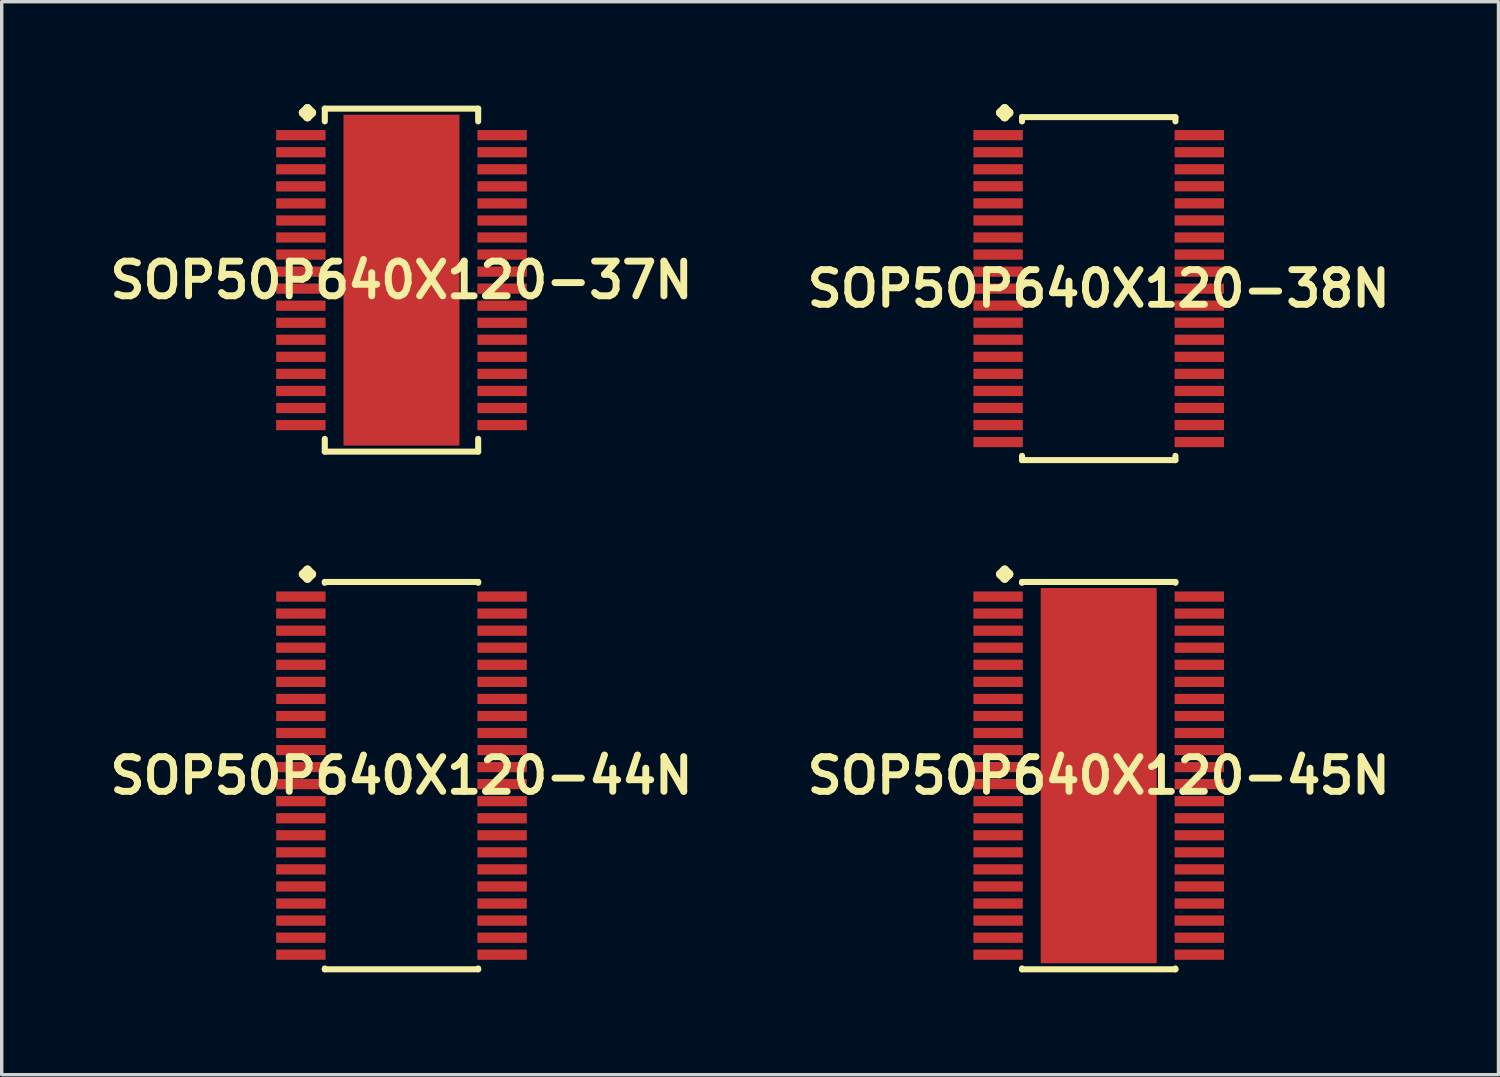
<source format=kicad_pcb>
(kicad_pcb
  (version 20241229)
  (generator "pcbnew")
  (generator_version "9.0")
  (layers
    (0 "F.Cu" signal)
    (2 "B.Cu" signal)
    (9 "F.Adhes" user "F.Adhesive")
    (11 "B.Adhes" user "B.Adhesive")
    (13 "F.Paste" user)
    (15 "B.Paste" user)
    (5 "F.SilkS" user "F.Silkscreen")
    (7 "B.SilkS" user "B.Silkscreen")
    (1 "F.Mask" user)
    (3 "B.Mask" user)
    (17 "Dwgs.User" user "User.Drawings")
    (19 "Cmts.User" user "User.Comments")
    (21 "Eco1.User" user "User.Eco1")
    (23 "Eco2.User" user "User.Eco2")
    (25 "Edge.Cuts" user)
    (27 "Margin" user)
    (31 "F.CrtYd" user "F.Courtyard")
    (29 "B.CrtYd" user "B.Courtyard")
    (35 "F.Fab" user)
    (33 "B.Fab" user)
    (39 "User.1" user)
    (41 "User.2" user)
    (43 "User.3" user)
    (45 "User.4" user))
  (footprint "SOP50P640X120-45N"
    (layer "F.Cu")
    (at 29.155 19.685)
    (property "Reference" "SOP50P640X120-45N" (at 0 0 0) (layer "F.SilkS") (effects (font (size 1.016 1.016) (thickness 0.203))))
    (attr smd)
    (fp_line (start -2.883 -5.905) (end -2.756 -6.032) (stroke (width 0.254) (type solid)) (layer "F.SilkS"))
    (fp_line (start -2.756 -6.032) (end -2.629 -5.905) (stroke (width 0.254) (type solid)) (layer "F.SilkS"))
    (fp_line (start -2.756 -5.779) (end -2.883 -5.905) (stroke (width 0.254) (type solid)) (layer "F.SilkS"))
    (fp_line (start -2.629 -5.905) (end -2.756 -5.779) (stroke (width 0.254) (type solid)) (layer "F.SilkS"))
    (fp_line (start -2.248 -5.677) (end 2.248 -5.677) (stroke (width 0.178) (type solid)) (layer "F.SilkS"))
    (fp_line (start -2.248 -5.652) (end -2.248 -5.677) (stroke (width 0.178) (type solid)) (layer "F.SilkS"))
    (fp_line (start -2.248 5.652) (end -2.248 5.677) (stroke (width 0.178) (type solid)) (layer "F.SilkS"))
    (fp_line (start -2.248 5.677) (end 2.248 5.677) (stroke (width 0.178) (type solid)) (layer "F.SilkS"))
    (fp_line (start 2.248 -5.677) (end 2.248 -5.652) (stroke (width 0.178) (type solid)) (layer "F.SilkS"))
    (fp_line (start 2.248 5.677) (end 2.248 5.652) (stroke (width 0.178) (type solid)) (layer "F.SilkS"))
    (pad "1" smd rect (at -2.949 -5.248) (size 1.448 0.3) (layers "F.Cu" "F.Mask" "F.Paste"))
    (pad "2" smd rect (at -2.949 -4.75) (size 1.448 0.3) (layers "F.Cu" "F.Mask" "F.Paste"))
    (pad "3" smd rect (at -2.949 -4.249) (size 1.448 0.3) (layers "F.Cu" "F.Mask" "F.Paste"))
    (pad "4" smd rect (at -2.949 -3.749) (size 1.448 0.3) (layers "F.Cu" "F.Mask" "F.Paste"))
    (pad "5" smd rect (at -2.949 -3.249) (size 1.448 0.3) (layers "F.Cu" "F.Mask" "F.Paste"))
    (pad "6" smd rect (at -2.949 -2.748) (size 1.448 0.3) (layers "F.Cu" "F.Mask" "F.Paste"))
    (pad "7" smd rect (at -2.949 -2.248) (size 1.448 0.3) (layers "F.Cu" "F.Mask" "F.Paste"))
    (pad "8" smd rect (at -2.949 -1.748) (size 1.448 0.3) (layers "F.Cu" "F.Mask" "F.Paste"))
    (pad "9" smd rect (at -2.949 -1.25) (size 1.448 0.3) (layers "F.Cu" "F.Mask" "F.Paste"))
    (pad "10" smd rect (at -2.949 -0.749) (size 1.448 0.3) (layers "F.Cu" "F.Mask" "F.Paste"))
    (pad "11" smd rect (at -2.949 -0.249) (size 1.448 0.3) (layers "F.Cu" "F.Mask" "F.Paste"))
    (pad "12" smd rect (at -2.949 0.249) (size 1.448 0.3) (layers "F.Cu" "F.Mask" "F.Paste"))
    (pad "13" smd rect (at -2.949 0.749) (size 1.448 0.3) (layers "F.Cu" "F.Mask" "F.Paste"))
    (pad "14" smd rect (at -2.949 1.25) (size 1.448 0.3) (layers "F.Cu" "F.Mask" "F.Paste"))
    (pad "15" smd rect (at -2.949 1.748) (size 1.448 0.3) (layers "F.Cu" "F.Mask" "F.Paste"))
    (pad "16" smd rect (at -2.949 2.248) (size 1.448 0.3) (layers "F.Cu" "F.Mask" "F.Paste"))
    (pad "17" smd rect (at -2.949 2.748) (size 1.448 0.3) (layers "F.Cu" "F.Mask" "F.Paste"))
    (pad "18" smd rect (at -2.949 3.249) (size 1.448 0.3) (layers "F.Cu" "F.Mask" "F.Paste"))
    (pad "19" smd rect (at -2.949 3.749) (size 1.448 0.3) (layers "F.Cu" "F.Mask" "F.Paste"))
    (pad "20" smd rect (at -2.949 4.249) (size 1.448 0.3) (layers "F.Cu" "F.Mask" "F.Paste"))
    (pad "21" smd rect (at -2.949 4.75) (size 1.448 0.3) (layers "F.Cu" "F.Mask" "F.Paste"))
    (pad "22" smd rect (at -2.949 5.248) (size 1.448 0.3) (layers "F.Cu" "F.Mask" "F.Paste"))
    (pad "23" smd rect (at 2.949 5.248) (size 1.448 0.3) (layers "F.Cu" "F.Mask" "F.Paste"))
    (pad "24" smd rect (at 2.949 4.75) (size 1.448 0.3) (layers "F.Cu" "F.Mask" "F.Paste"))
    (pad "25" smd rect (at 2.949 4.249) (size 1.448 0.3) (layers "F.Cu" "F.Mask" "F.Paste"))
    (pad "26" smd rect (at 2.949 3.749) (size 1.448 0.3) (layers "F.Cu" "F.Mask" "F.Paste"))
    (pad "27" smd rect (at 2.949 3.249) (size 1.448 0.3) (layers "F.Cu" "F.Mask" "F.Paste"))
    (pad "28" smd rect (at 2.949 2.748) (size 1.448 0.3) (layers "F.Cu" "F.Mask" "F.Paste"))
    (pad "29" smd rect (at 2.949 2.248) (size 1.448 0.3) (layers "F.Cu" "F.Mask" "F.Paste"))
    (pad "30" smd rect (at 2.949 1.748) (size 1.448 0.3) (layers "F.Cu" "F.Mask" "F.Paste"))
    (pad "31" smd rect (at 2.949 1.25) (size 1.448 0.3) (layers "F.Cu" "F.Mask" "F.Paste"))
    (pad "32" smd rect (at 2.949 0.749) (size 1.448 0.3) (layers "F.Cu" "F.Mask" "F.Paste"))
    (pad "33" smd rect (at 2.949 0.249) (size 1.448 0.3) (layers "F.Cu" "F.Mask" "F.Paste"))
    (pad "34" smd rect (at 2.949 -0.249) (size 1.448 0.3) (layers "F.Cu" "F.Mask" "F.Paste"))
    (pad "35" smd rect (at 2.949 -0.749) (size 1.448 0.3) (layers "F.Cu" "F.Mask" "F.Paste"))
    (pad "36" smd rect (at 2.949 -1.25) (size 1.448 0.3) (layers "F.Cu" "F.Mask" "F.Paste"))
    (pad "37" smd rect (at 2.949 -1.748) (size 1.448 0.3) (layers "F.Cu" "F.Mask" "F.Paste"))
    (pad "38" smd rect (at 2.949 -2.248) (size 1.448 0.3) (layers "F.Cu" "F.Mask" "F.Paste"))
    (pad "39" smd rect (at 2.949 -2.748) (size 1.448 0.3) (layers "F.Cu" "F.Mask" "F.Paste"))
    (pad "40" smd rect (at 2.949 -3.249) (size 1.448 0.3) (layers "F.Cu" "F.Mask" "F.Paste"))
    (pad "41" smd rect (at 2.949 -3.749) (size 1.448 0.3) (layers "F.Cu" "F.Mask" "F.Paste"))
    (pad "42" smd rect (at 2.949 -4.249) (size 1.448 0.3) (layers "F.Cu" "F.Mask" "F.Paste"))
    (pad "43" smd rect (at 2.949 -4.75) (size 1.448 0.3) (layers "F.Cu" "F.Mask" "F.Paste"))
    (pad "44" smd rect (at 2.949 -5.248) (size 1.448 0.3) (layers "F.Cu" "F.Mask" "F.Paste"))
    (pad "45" smd rect (at 0 0) (size 3.399 10.998) (layers "F.Cu" "F.Mask" "F.Paste")))
  (footprint "SOP50P640X120-44N"
    (layer "F.Cu")
    (at 8.718 19.685)
    (property "Reference" "SOP50P640X120-44N" (at 0 0 0) (layer "F.SilkS") (effects (font (size 1.016 1.016) (thickness 0.203))))
    (attr smd)
    (fp_line (start -2.883 -5.905) (end -2.756 -6.032) (stroke (width 0.254) (type solid)) (layer "F.SilkS"))
    (fp_line (start -2.756 -6.032) (end -2.629 -5.905) (stroke (width 0.254) (type solid)) (layer "F.SilkS"))
    (fp_line (start -2.756 -5.779) (end -2.883 -5.905) (stroke (width 0.254) (type solid)) (layer "F.SilkS"))
    (fp_line (start -2.629 -5.905) (end -2.756 -5.779) (stroke (width 0.254) (type solid)) (layer "F.SilkS"))
    (fp_line (start -2.248 -5.677) (end 2.248 -5.677) (stroke (width 0.178) (type solid)) (layer "F.SilkS"))
    (fp_line (start -2.248 -5.652) (end -2.248 -5.677) (stroke (width 0.178) (type solid)) (layer "F.SilkS"))
    (fp_line (start -2.248 5.652) (end -2.248 5.677) (stroke (width 0.178) (type solid)) (layer "F.SilkS"))
    (fp_line (start -2.248 5.677) (end 2.248 5.677) (stroke (width 0.178) (type solid)) (layer "F.SilkS"))
    (fp_line (start 2.248 -5.677) (end 2.248 -5.652) (stroke (width 0.178) (type solid)) (layer "F.SilkS"))
    (fp_line (start 2.248 5.677) (end 2.248 5.652) (stroke (width 0.178) (type solid)) (layer "F.SilkS"))
    (pad "1" smd rect (at -2.949 -5.248) (size 1.448 0.3) (layers "F.Cu" "F.Mask" "F.Paste"))
    (pad "2" smd rect (at -2.949 -4.75) (size 1.448 0.3) (layers "F.Cu" "F.Mask" "F.Paste"))
    (pad "3" smd rect (at -2.949 -4.249) (size 1.448 0.3) (layers "F.Cu" "F.Mask" "F.Paste"))
    (pad "4" smd rect (at -2.949 -3.749) (size 1.448 0.3) (layers "F.Cu" "F.Mask" "F.Paste"))
    (pad "5" smd rect (at -2.949 -3.249) (size 1.448 0.3) (layers "F.Cu" "F.Mask" "F.Paste"))
    (pad "6" smd rect (at -2.949 -2.748) (size 1.448 0.3) (layers "F.Cu" "F.Mask" "F.Paste"))
    (pad "7" smd rect (at -2.949 -2.248) (size 1.448 0.3) (layers "F.Cu" "F.Mask" "F.Paste"))
    (pad "8" smd rect (at -2.949 -1.748) (size 1.448 0.3) (layers "F.Cu" "F.Mask" "F.Paste"))
    (pad "9" smd rect (at -2.949 -1.25) (size 1.448 0.3) (layers "F.Cu" "F.Mask" "F.Paste"))
    (pad "10" smd rect (at -2.949 -0.749) (size 1.448 0.3) (layers "F.Cu" "F.Mask" "F.Paste"))
    (pad "11" smd rect (at -2.949 -0.249) (size 1.448 0.3) (layers "F.Cu" "F.Mask" "F.Paste"))
    (pad "12" smd rect (at -2.949 0.249) (size 1.448 0.3) (layers "F.Cu" "F.Mask" "F.Paste"))
    (pad "13" smd rect (at -2.949 0.749) (size 1.448 0.3) (layers "F.Cu" "F.Mask" "F.Paste"))
    (pad "14" smd rect (at -2.949 1.25) (size 1.448 0.3) (layers "F.Cu" "F.Mask" "F.Paste"))
    (pad "15" smd rect (at -2.949 1.748) (size 1.448 0.3) (layers "F.Cu" "F.Mask" "F.Paste"))
    (pad "16" smd rect (at -2.949 2.248) (size 1.448 0.3) (layers "F.Cu" "F.Mask" "F.Paste"))
    (pad "17" smd rect (at -2.949 2.748) (size 1.448 0.3) (layers "F.Cu" "F.Mask" "F.Paste"))
    (pad "18" smd rect (at -2.949 3.249) (size 1.448 0.3) (layers "F.Cu" "F.Mask" "F.Paste"))
    (pad "19" smd rect (at -2.949 3.749) (size 1.448 0.3) (layers "F.Cu" "F.Mask" "F.Paste"))
    (pad "20" smd rect (at -2.949 4.249) (size 1.448 0.3) (layers "F.Cu" "F.Mask" "F.Paste"))
    (pad "21" smd rect (at -2.949 4.75) (size 1.448 0.3) (layers "F.Cu" "F.Mask" "F.Paste"))
    (pad "22" smd rect (at -2.949 5.248) (size 1.448 0.3) (layers "F.Cu" "F.Mask" "F.Paste"))
    (pad "23" smd rect (at 2.949 5.248) (size 1.448 0.3) (layers "F.Cu" "F.Mask" "F.Paste"))
    (pad "24" smd rect (at 2.949 4.75) (size 1.448 0.3) (layers "F.Cu" "F.Mask" "F.Paste"))
    (pad "25" smd rect (at 2.949 4.249) (size 1.448 0.3) (layers "F.Cu" "F.Mask" "F.Paste"))
    (pad "26" smd rect (at 2.949 3.749) (size 1.448 0.3) (layers "F.Cu" "F.Mask" "F.Paste"))
    (pad "27" smd rect (at 2.949 3.249) (size 1.448 0.3) (layers "F.Cu" "F.Mask" "F.Paste"))
    (pad "28" smd rect (at 2.949 2.748) (size 1.448 0.3) (layers "F.Cu" "F.Mask" "F.Paste"))
    (pad "29" smd rect (at 2.949 2.248) (size 1.448 0.3) (layers "F.Cu" "F.Mask" "F.Paste"))
    (pad "30" smd rect (at 2.949 1.748) (size 1.448 0.3) (layers "F.Cu" "F.Mask" "F.Paste"))
    (pad "31" smd rect (at 2.949 1.25) (size 1.448 0.3) (layers "F.Cu" "F.Mask" "F.Paste"))
    (pad "32" smd rect (at 2.949 0.749) (size 1.448 0.3) (layers "F.Cu" "F.Mask" "F.Paste"))
    (pad "33" smd rect (at 2.949 0.249) (size 1.448 0.3) (layers "F.Cu" "F.Mask" "F.Paste"))
    (pad "34" smd rect (at 2.949 -0.249) (size 1.448 0.3) (layers "F.Cu" "F.Mask" "F.Paste"))
    (pad "35" smd rect (at 2.949 -0.749) (size 1.448 0.3) (layers "F.Cu" "F.Mask" "F.Paste"))
    (pad "36" smd rect (at 2.949 -1.25) (size 1.448 0.3) (layers "F.Cu" "F.Mask" "F.Paste"))
    (pad "37" smd rect (at 2.949 -1.748) (size 1.448 0.3) (layers "F.Cu" "F.Mask" "F.Paste"))
    (pad "38" smd rect (at 2.949 -2.248) (size 1.448 0.3) (layers "F.Cu" "F.Mask" "F.Paste"))
    (pad "39" smd rect (at 2.949 -2.748) (size 1.448 0.3) (layers "F.Cu" "F.Mask" "F.Paste"))
    (pad "40" smd rect (at 2.949 -3.249) (size 1.448 0.3) (layers "F.Cu" "F.Mask" "F.Paste"))
    (pad "41" smd rect (at 2.949 -3.749) (size 1.448 0.3) (layers "F.Cu" "F.Mask" "F.Paste"))
    (pad "42" smd rect (at 2.949 -4.249) (size 1.448 0.3) (layers "F.Cu" "F.Mask" "F.Paste"))
    (pad "43" smd rect (at 2.949 -4.75) (size 1.448 0.3) (layers "F.Cu" "F.Mask" "F.Paste"))
    (pad "44" smd rect (at 2.949 -5.248) (size 1.448 0.3) (layers "F.Cu" "F.Mask" "F.Paste")))
  (footprint "SOP50P640X120-38N"
    (layer "F.Cu")
    (at 29.155 5.41)
    (property "Reference" "SOP50P640X120-38N" (at 0 0 0) (layer "F.SilkS") (effects (font (size 1.016 1.016) (thickness 0.203))))
    (attr smd)
    (fp_line (start -2.883 -5.156) (end -2.756 -5.283) (stroke (width 0.254) (type solid)) (layer "F.SilkS"))
    (fp_line (start -2.756 -5.283) (end -2.629 -5.156) (stroke (width 0.254) (type solid)) (layer "F.SilkS"))
    (fp_line (start -2.756 -5.029) (end -2.883 -5.156) (stroke (width 0.254) (type solid)) (layer "F.SilkS"))
    (fp_line (start -2.629 -5.156) (end -2.756 -5.029) (stroke (width 0.254) (type solid)) (layer "F.SilkS"))
    (fp_line (start -2.248 -5.027) (end 2.248 -5.027) (stroke (width 0.178) (type solid)) (layer "F.SilkS"))
    (fp_line (start -2.248 -4.902) (end -2.248 -5.027) (stroke (width 0.178) (type solid)) (layer "F.SilkS"))
    (fp_line (start -2.248 4.902) (end -2.248 5.027) (stroke (width 0.178) (type solid)) (layer "F.SilkS"))
    (fp_line (start -2.248 5.027) (end 2.248 5.027) (stroke (width 0.178) (type solid)) (layer "F.SilkS"))
    (fp_line (start 2.248 -5.027) (end 2.248 -4.902) (stroke (width 0.178) (type solid)) (layer "F.SilkS"))
    (fp_line (start 2.248 5.027) (end 2.248 4.902) (stroke (width 0.178) (type solid)) (layer "F.SilkS"))
    (pad "1" smd rect (at -2.949 -4.498) (size 1.448 0.3) (layers "F.Cu" "F.Mask" "F.Paste"))
    (pad "2" smd rect (at -2.949 -3.998) (size 1.448 0.3) (layers "F.Cu" "F.Mask" "F.Paste"))
    (pad "3" smd rect (at -2.949 -3.498) (size 1.448 0.3) (layers "F.Cu" "F.Mask" "F.Paste"))
    (pad "4" smd rect (at -2.949 -3) (size 1.448 0.3) (layers "F.Cu" "F.Mask" "F.Paste"))
    (pad "5" smd rect (at -2.949 -2.499) (size 1.448 0.3) (layers "F.Cu" "F.Mask" "F.Paste"))
    (pad "6" smd rect (at -2.949 -1.999) (size 1.448 0.3) (layers "F.Cu" "F.Mask" "F.Paste"))
    (pad "7" smd rect (at -2.949 -1.499) (size 1.448 0.3) (layers "F.Cu" "F.Mask" "F.Paste"))
    (pad "8" smd rect (at -2.949 -0.998) (size 1.448 0.3) (layers "F.Cu" "F.Mask" "F.Paste"))
    (pad "9" smd rect (at -2.949 -0.498) (size 1.448 0.3) (layers "F.Cu" "F.Mask" "F.Paste"))
    (pad "10" smd rect (at -2.949 0) (size 1.448 0.3) (layers "F.Cu" "F.Mask" "F.Paste"))
    (pad "11" smd rect (at -2.949 0.498) (size 1.448 0.3) (layers "F.Cu" "F.Mask" "F.Paste"))
    (pad "12" smd rect (at -2.949 0.998) (size 1.448 0.3) (layers "F.Cu" "F.Mask" "F.Paste"))
    (pad "13" smd rect (at -2.949 1.499) (size 1.448 0.3) (layers "F.Cu" "F.Mask" "F.Paste"))
    (pad "14" smd rect (at -2.949 1.999) (size 1.448 0.3) (layers "F.Cu" "F.Mask" "F.Paste"))
    (pad "15" smd rect (at -2.949 2.499) (size 1.448 0.3) (layers "F.Cu" "F.Mask" "F.Paste"))
    (pad "16" smd rect (at -2.949 3) (size 1.448 0.3) (layers "F.Cu" "F.Mask" "F.Paste"))
    (pad "17" smd rect (at -2.949 3.498) (size 1.448 0.3) (layers "F.Cu" "F.Mask" "F.Paste"))
    (pad "18" smd rect (at -2.949 3.998) (size 1.448 0.3) (layers "F.Cu" "F.Mask" "F.Paste"))
    (pad "19" smd rect (at -2.949 4.498) (size 1.448 0.3) (layers "F.Cu" "F.Mask" "F.Paste"))
    (pad "20" smd rect (at 2.949 4.498) (size 1.448 0.3) (layers "F.Cu" "F.Mask" "F.Paste"))
    (pad "21" smd rect (at 2.949 3.998) (size 1.448 0.3) (layers "F.Cu" "F.Mask" "F.Paste"))
    (pad "22" smd rect (at 2.949 3.498) (size 1.448 0.3) (layers "F.Cu" "F.Mask" "F.Paste"))
    (pad "23" smd rect (at 2.949 3) (size 1.448 0.3) (layers "F.Cu" "F.Mask" "F.Paste"))
    (pad "24" smd rect (at 2.949 2.499) (size 1.448 0.3) (layers "F.Cu" "F.Mask" "F.Paste"))
    (pad "25" smd rect (at 2.949 1.999) (size 1.448 0.3) (layers "F.Cu" "F.Mask" "F.Paste"))
    (pad "26" smd rect (at 2.949 1.499) (size 1.448 0.3) (layers "F.Cu" "F.Mask" "F.Paste"))
    (pad "27" smd rect (at 2.949 0.998) (size 1.448 0.3) (layers "F.Cu" "F.Mask" "F.Paste"))
    (pad "28" smd rect (at 2.949 0.498) (size 1.448 0.3) (layers "F.Cu" "F.Mask" "F.Paste"))
    (pad "29" smd rect (at 2.949 0) (size 1.448 0.3) (layers "F.Cu" "F.Mask" "F.Paste"))
    (pad "30" smd rect (at 2.949 -0.498) (size 1.448 0.3) (layers "F.Cu" "F.Mask" "F.Paste"))
    (pad "31" smd rect (at 2.949 -0.998) (size 1.448 0.3) (layers "F.Cu" "F.Mask" "F.Paste"))
    (pad "32" smd rect (at 2.949 -1.499) (size 1.448 0.3) (layers "F.Cu" "F.Mask" "F.Paste"))
    (pad "33" smd rect (at 2.949 -1.999) (size 1.448 0.3) (layers "F.Cu" "F.Mask" "F.Paste"))
    (pad "34" smd rect (at 2.949 -2.499) (size 1.448 0.3) (layers "F.Cu" "F.Mask" "F.Paste"))
    (pad "35" smd rect (at 2.949 -3) (size 1.448 0.3) (layers "F.Cu" "F.Mask" "F.Paste"))
    (pad "36" smd rect (at 2.949 -3.498) (size 1.448 0.3) (layers "F.Cu" "F.Mask" "F.Paste"))
    (pad "37" smd rect (at 2.949 -3.998) (size 1.448 0.3) (layers "F.Cu" "F.Mask" "F.Paste"))
    (pad "38" smd rect (at 2.949 -4.498) (size 1.448 0.3) (layers "F.Cu" "F.Mask" "F.Paste")))
  (footprint "SOP50P640X120-37N"
    (layer "F.Cu")
    (at 8.718 5.161)
    (property "Reference" "SOP50P640X120-37N" (at 0 0 0) (layer "F.SilkS") (effects (font (size 1.016 1.016) (thickness 0.203))))
    (attr smd)
    (fp_line (start -2.883 -4.907) (end -2.756 -5.034) (stroke (width 0.254) (type solid)) (layer "F.SilkS"))
    (fp_line (start -2.756 -5.034) (end -2.629 -4.907) (stroke (width 0.254) (type solid)) (layer "F.SilkS"))
    (fp_line (start -2.756 -4.78) (end -2.883 -4.907) (stroke (width 0.254) (type solid)) (layer "F.SilkS"))
    (fp_line (start -2.629 -4.907) (end -2.756 -4.78) (stroke (width 0.254) (type solid)) (layer "F.SilkS"))
    (fp_line (start -2.248 -5.027) (end 2.248 -5.027) (stroke (width 0.178) (type solid)) (layer "F.SilkS"))
    (fp_line (start -2.248 -4.653) (end -2.248 -5.027) (stroke (width 0.178) (type solid)) (layer "F.SilkS"))
    (fp_line (start -2.248 4.653) (end -2.248 5.027) (stroke (width 0.178) (type solid)) (layer "F.SilkS"))
    (fp_line (start -2.248 5.027) (end 2.248 5.027) (stroke (width 0.178) (type solid)) (layer "F.SilkS"))
    (fp_line (start 2.248 -5.027) (end 2.248 -4.653) (stroke (width 0.178) (type solid)) (layer "F.SilkS"))
    (fp_line (start 2.248 5.027) (end 2.248 4.653) (stroke (width 0.178) (type solid)) (layer "F.SilkS"))
    (pad "1" smd rect (at -2.949 -4.249) (size 1.448 0.3) (layers "F.Cu" "F.Mask" "F.Paste"))
    (pad "2" smd rect (at -2.949 -3.749) (size 1.448 0.3) (layers "F.Cu" "F.Mask" "F.Paste"))
    (pad "3" smd rect (at -2.949 -3.249) (size 1.448 0.3) (layers "F.Cu" "F.Mask" "F.Paste"))
    (pad "4" smd rect (at -2.949 -2.748) (size 1.448 0.3) (layers "F.Cu" "F.Mask" "F.Paste"))
    (pad "5" smd rect (at -2.949 -2.248) (size 1.448 0.3) (layers "F.Cu" "F.Mask" "F.Paste"))
    (pad "6" smd rect (at -2.949 -1.748) (size 1.448 0.3) (layers "F.Cu" "F.Mask" "F.Paste"))
    (pad "7" smd rect (at -2.949 -1.25) (size 1.448 0.3) (layers "F.Cu" "F.Mask" "F.Paste"))
    (pad "8" smd rect (at -2.949 -0.749) (size 1.448 0.3) (layers "F.Cu" "F.Mask" "F.Paste"))
    (pad "9" smd rect (at -2.949 -0.249) (size 1.448 0.3) (layers "F.Cu" "F.Mask" "F.Paste"))
    (pad "10" smd rect (at -2.949 0.249) (size 1.448 0.3) (layers "F.Cu" "F.Mask" "F.Paste"))
    (pad "11" smd rect (at -2.949 0.749) (size 1.448 0.3) (layers "F.Cu" "F.Mask" "F.Paste"))
    (pad "12" smd rect (at -2.949 1.25) (size 1.448 0.3) (layers "F.Cu" "F.Mask" "F.Paste"))
    (pad "13" smd rect (at -2.949 1.748) (size 1.448 0.3) (layers "F.Cu" "F.Mask" "F.Paste"))
    (pad "14" smd rect (at -2.949 2.248) (size 1.448 0.3) (layers "F.Cu" "F.Mask" "F.Paste"))
    (pad "15" smd rect (at -2.949 2.748) (size 1.448 0.3) (layers "F.Cu" "F.Mask" "F.Paste"))
    (pad "16" smd rect (at -2.949 3.249) (size 1.448 0.3) (layers "F.Cu" "F.Mask" "F.Paste"))
    (pad "17" smd rect (at -2.949 3.749) (size 1.448 0.3) (layers "F.Cu" "F.Mask" "F.Paste"))
    (pad "18" smd rect (at -2.949 4.249) (size 1.448 0.3) (layers "F.Cu" "F.Mask" "F.Paste"))
    (pad "19" smd rect (at 2.949 4.249) (size 1.448 0.3) (layers "F.Cu" "F.Mask" "F.Paste"))
    (pad "20" smd rect (at 2.949 3.749) (size 1.448 0.3) (layers "F.Cu" "F.Mask" "F.Paste"))
    (pad "21" smd rect (at 2.949 3.249) (size 1.448 0.3) (layers "F.Cu" "F.Mask" "F.Paste"))
    (pad "22" smd rect (at 2.949 2.748) (size 1.448 0.3) (layers "F.Cu" "F.Mask" "F.Paste"))
    (pad "23" smd rect (at 2.949 2.248) (size 1.448 0.3) (layers "F.Cu" "F.Mask" "F.Paste"))
    (pad "24" smd rect (at 2.949 1.748) (size 1.448 0.3) (layers "F.Cu" "F.Mask" "F.Paste"))
    (pad "25" smd rect (at 2.949 1.25) (size 1.448 0.3) (layers "F.Cu" "F.Mask" "F.Paste"))
    (pad "26" smd rect (at 2.949 0.749) (size 1.448 0.3) (layers "F.Cu" "F.Mask" "F.Paste"))
    (pad "27" smd rect (at 2.949 0.249) (size 1.448 0.3) (layers "F.Cu" "F.Mask" "F.Paste"))
    (pad "28" smd rect (at 2.949 -0.249) (size 1.448 0.3) (layers "F.Cu" "F.Mask" "F.Paste"))
    (pad "29" smd rect (at 2.949 -0.749) (size 1.448 0.3) (layers "F.Cu" "F.Mask" "F.Paste"))
    (pad "30" smd rect (at 2.949 -1.25) (size 1.448 0.3) (layers "F.Cu" "F.Mask" "F.Paste"))
    (pad "31" smd rect (at 2.949 -1.748) (size 1.448 0.3) (layers "F.Cu" "F.Mask" "F.Paste"))
    (pad "32" smd rect (at 2.949 -2.248) (size 1.448 0.3) (layers "F.Cu" "F.Mask" "F.Paste"))
    (pad "33" smd rect (at 2.949 -2.748) (size 1.448 0.3) (layers "F.Cu" "F.Mask" "F.Paste"))
    (pad "34" smd rect (at 2.949 -3.249) (size 1.448 0.3) (layers "F.Cu" "F.Mask" "F.Paste"))
    (pad "35" smd rect (at 2.949 -3.749) (size 1.448 0.3) (layers "F.Cu" "F.Mask" "F.Paste"))
    (pad "36" smd rect (at 2.949 -4.249) (size 1.448 0.3) (layers "F.Cu" "F.Mask" "F.Paste"))
    (pad "37" smd rect (at 0 0) (size 3.399 9.698) (layers "F.Cu" "F.Mask" "F.Paste")))
  (gr_rect
    (start -3 -3)
    (end 40.873 28.451)
    (stroke (width 0.1) (type default))
    (fill no)
    (layer "Edge.Cuts")))
</source>
